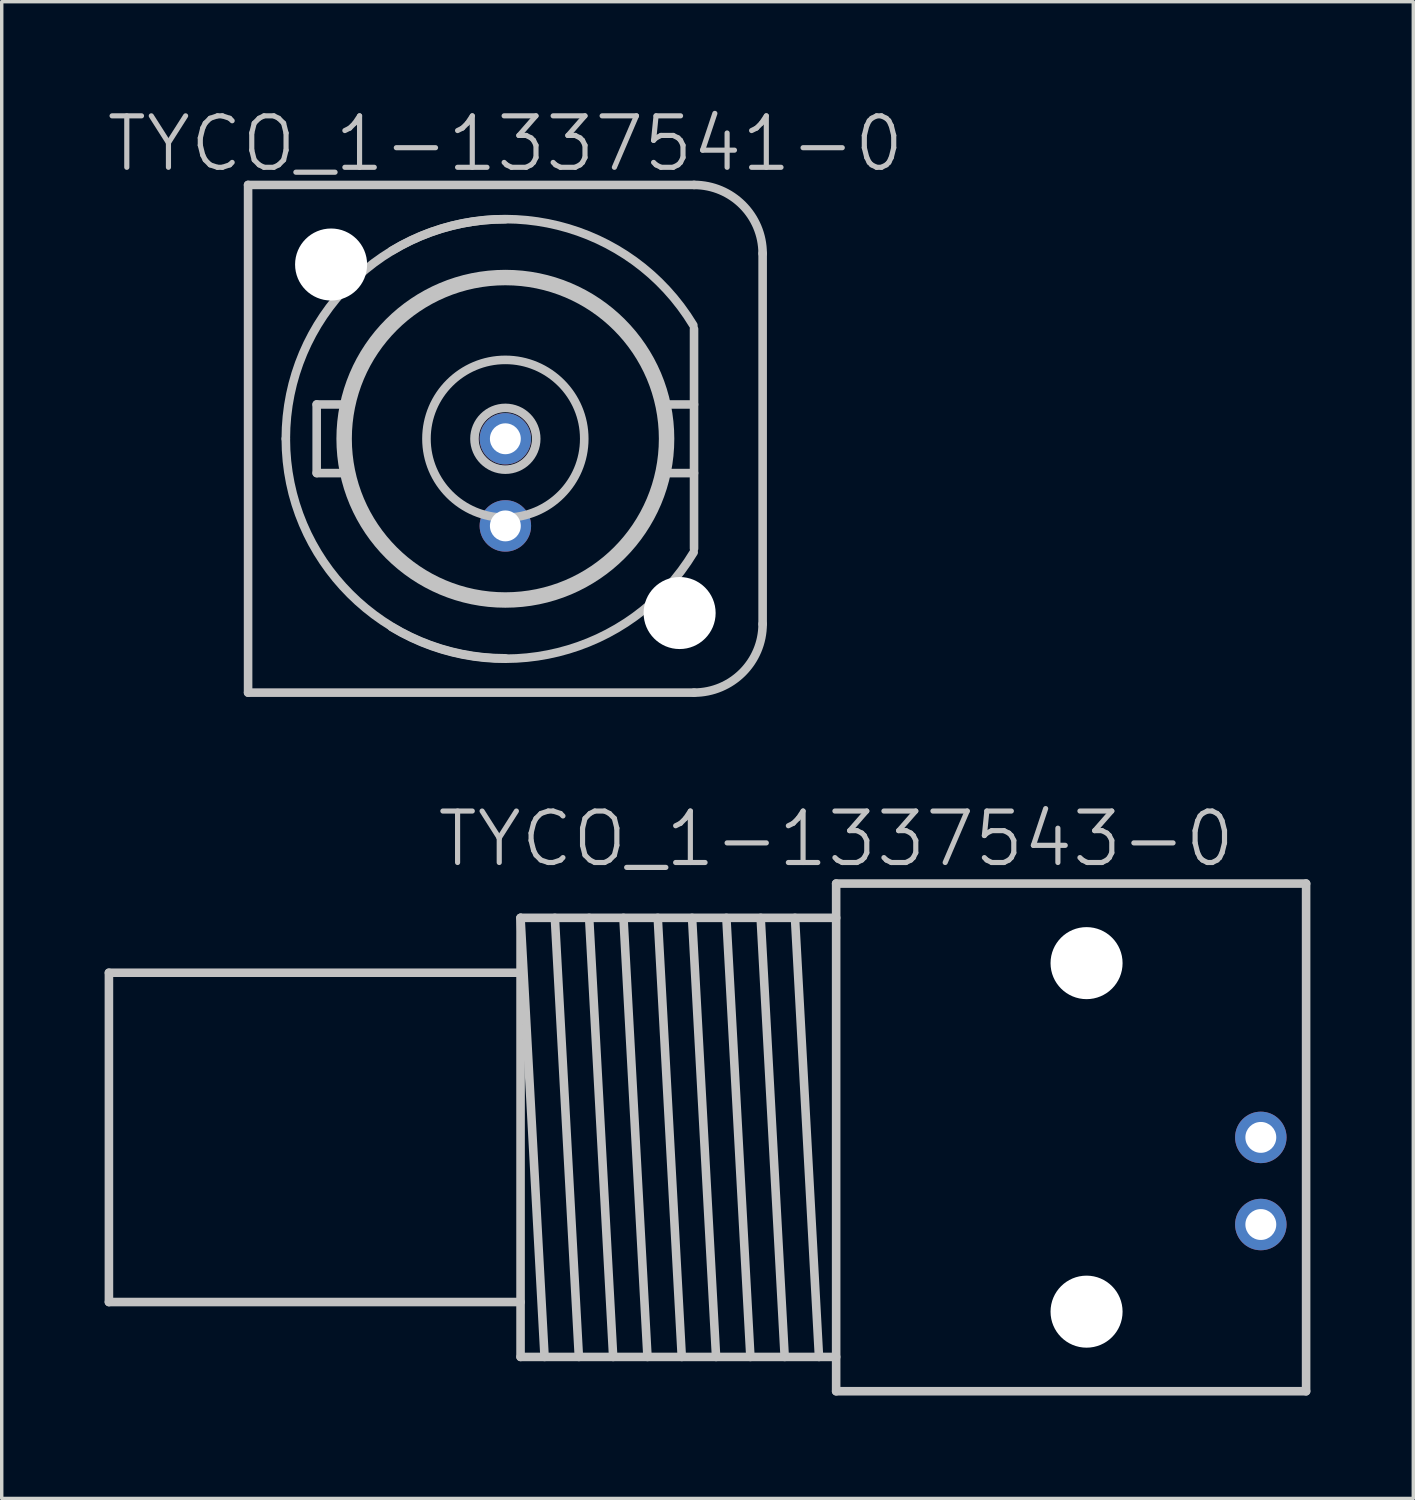
<source format=kicad_pcb>
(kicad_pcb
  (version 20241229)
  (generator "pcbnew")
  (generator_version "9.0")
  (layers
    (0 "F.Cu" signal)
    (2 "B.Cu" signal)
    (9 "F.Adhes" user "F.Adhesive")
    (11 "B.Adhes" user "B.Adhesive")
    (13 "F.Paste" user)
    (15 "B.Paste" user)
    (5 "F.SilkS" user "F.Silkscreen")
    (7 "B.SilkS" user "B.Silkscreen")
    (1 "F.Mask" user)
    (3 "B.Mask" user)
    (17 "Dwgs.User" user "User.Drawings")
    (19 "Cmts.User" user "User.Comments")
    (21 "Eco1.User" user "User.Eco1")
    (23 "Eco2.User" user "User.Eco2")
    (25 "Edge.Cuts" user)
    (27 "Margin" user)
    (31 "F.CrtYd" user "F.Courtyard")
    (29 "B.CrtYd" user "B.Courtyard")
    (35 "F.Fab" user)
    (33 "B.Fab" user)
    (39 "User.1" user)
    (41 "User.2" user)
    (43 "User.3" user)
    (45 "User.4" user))
  (footprint "TYCO_1-1337543-0"
    (layer "F.Cu")
    (at 21.325 30.107)
    (property "Reference" "TYCO_1-1337543-0" (at 0 -8.7 180) (layer "Dwgs.User") (effects (font (size 1.5 1.5) (thickness 0.15))))
    (attr through_hole)
    (fp_line (start -21.2 -4.8) (end -21.2 4.8) (stroke (width 0.25) (type solid)) (layer "Dwgs.User"))
    (fp_line (start -21.2 -4.8) (end -9.2 -4.8) (stroke (width 0.25) (type solid)) (layer "Dwgs.User"))
    (fp_line (start -21.2 4.8) (end -9.2 4.8) (stroke (width 0.25) (type solid)) (layer "Dwgs.User"))
    (fp_line (start -9.2 -6.4) (end -9.2 6.4) (stroke (width 0.25) (type solid)) (layer "Dwgs.User"))
    (fp_line (start -9.2 -6.4) (end -8.5 6.4) (stroke (width 0.25) (type solid)) (layer "Dwgs.User"))
    (fp_line (start -9.2 -6.4) (end 0 -6.4) (stroke (width 0.25) (type solid)) (layer "Dwgs.User"))
    (fp_line (start -9.2 6.4) (end 0 6.4) (stroke (width 0.25) (type solid)) (layer "Dwgs.User"))
    (fp_line (start -8.2 -6.4) (end -7.5 6.4) (stroke (width 0.25) (type solid)) (layer "Dwgs.User"))
    (fp_line (start -7.2 -6.4) (end -6.5 6.4) (stroke (width 0.25) (type solid)) (layer "Dwgs.User"))
    (fp_line (start -6.2 -6.4) (end -5.5 6.4) (stroke (width 0.25) (type solid)) (layer "Dwgs.User"))
    (fp_line (start -5.2 -6.4) (end -4.5 6.4) (stroke (width 0.25) (type solid)) (layer "Dwgs.User"))
    (fp_line (start -4.2 -6.4) (end -3.5 6.4) (stroke (width 0.25) (type solid)) (layer "Dwgs.User"))
    (fp_line (start -3.2 -6.4) (end -2.5 6.4) (stroke (width 0.25) (type solid)) (layer "Dwgs.User"))
    (fp_line (start -2.2 -6.4) (end -1.5 6.4) (stroke (width 0.25) (type solid)) (layer "Dwgs.User"))
    (fp_line (start -1.2 -6.4) (end -0.5 6.4) (stroke (width 0.25) (type solid)) (layer "Dwgs.User"))
    (fp_line (start 0 -7.4) (end 0 7.4) (stroke (width 0.25) (type solid)) (layer "Dwgs.User"))
    (fp_line (start 0 7.4) (end 13.7 7.4) (stroke (width 0.25) (type solid)) (layer "Dwgs.User"))
    (fp_line (start 13.7 -7.4) (end 0 -7.4) (stroke (width 0.25) (type solid)) (layer "Dwgs.User"))
    (fp_line (start 13.7 -7.4) (end 13.7 7.4) (stroke (width 0.25) (type solid)) (layer "Dwgs.User"))
    (pad "" np_thru_hole circle (at 7.3 -5.08 270) (size 2.1 2.1) (drill 2.1) (layers "*.Cu" "*.Mask"))
    (pad "" np_thru_hole circle (at 7.3 5.08 270) (size 2.1 2.1) (drill 2.1) (layers "*.Cu" "*.Mask"))
    (pad "1" thru_hole circle (at 12.38 0 270) (size 1.5 1.5) (drill 0.9) (layers "*.Cu" "*.Mask"))
    (pad "2" thru_hole circle (at 12.38 2.54 270) (size 1.5 1.5) (drill 0.9) (layers "*.Cu" "*.Mask")))
  (footprint "TYCO_1-1337541-0"
    (layer "F.Cu")
    (at 11.682 9.741)
    (property "Reference" "TYCO_1-1337541-0" (at 0 -8.6 180) (layer "Dwgs.User") (effects (font (size 1.5 1.5) (thickness 0.15))))
    (attr through_hole)
    (fp_line (start -7.5 -7.4) (end -7.5 7.4) (stroke (width 0.25) (type solid)) (layer "Dwgs.User"))
    (fp_line (start -7.5 7.4) (end 5.5 7.4) (stroke (width 0.25) (type solid)) (layer "Dwgs.User"))
    (fp_line (start -5.5 -1) (end -5.5 1) (stroke (width 0.25) (type solid)) (layer "Dwgs.User"))
    (fp_line (start -5.5 -1) (end -4.7 -1) (stroke (width 0.25) (type solid)) (layer "Dwgs.User"))
    (fp_line (start -5.5 1) (end -4.7 1) (stroke (width 0.25) (type solid)) (layer "Dwgs.User"))
    (fp_line (start 5.5 -7.4) (end -7.5 -7.4) (stroke (width 0.25) (type solid)) (layer "Dwgs.User"))
    (fp_line (start 5.5 -3.2) (end 5.5 3.2) (stroke (width 0.25) (type solid)) (layer "Dwgs.User"))
    (fp_line (start 5.5 -1) (end 4.7 -1) (stroke (width 0.25) (type solid)) (layer "Dwgs.User"))
    (fp_line (start 5.5 1) (end 4.7 1) (stroke (width 0.25) (type solid)) (layer "Dwgs.User"))
    (fp_line (start 7.5 5.4) (end 7.5 -5.4) (stroke (width 0.25) (type solid)) (layer "Dwgs.User"))
    (fp_arc (start -6.4 0) (mid -4.525483 -4.525483) (end 0 -6.4) (stroke (width 0.25) (type solid)) (layer "Dwgs.User"))
    (fp_arc (start -3.31 -5.48) (mid 1.534422 -6.215469) (end 5.48 -3.31) (stroke (width 0.25) (type solid)) (layer "Dwgs.User"))
    (fp_arc (start 0 6.4) (mid -4.525483 4.525483) (end -6.4 0) (stroke (width 0.25) (type solid)) (layer "Dwgs.User"))
    (fp_arc (start 5.49 3.31) (mid 1.541493 6.22254) (end -3.31 5.49) (stroke (width 0.25) (type solid)) (layer "Dwgs.User"))
    (fp_arc (start 5.5 -7.4) (mid 6.914214 -6.814214) (end 7.5 -5.4) (stroke (width 0.25) (type solid)) (layer "Dwgs.User"))
    (fp_arc (start 7.5 5.4) (mid 6.914214 6.814214) (end 5.5 7.4) (stroke (width 0.25) (type solid)) (layer "Dwgs.User"))
    (fp_circle (center 0 0) (end 0 -4.8) (stroke (width 0.25) (type solid)) (fill no) (layer "Dwgs.User"))
    (fp_circle (center 0 0) (end 0 -4.6) (stroke (width 0.25) (type solid)) (fill no) (layer "Dwgs.User"))
    (fp_circle (center 0 0) (end 0 -2.3) (stroke (width 0.25) (type solid)) (fill no) (layer "Dwgs.User"))
    (fp_circle (center 0 0) (end 0 -0.9) (stroke (width 0.25) (type solid)) (fill no) (layer "Dwgs.User"))
    (pad "" np_thru_hole circle (at -5.08 -5.08 270) (size 2.1 2.1) (drill 2.1) (layers "*.Cu" "*.Mask"))
    (pad "" np_thru_hole circle (at 5.08 5.08 270) (size 2.1 2.1) (drill 2.1) (layers "*.Cu" "*.Mask"))
    (pad "1" thru_hole circle (at 0 0 270) (size 1.5 1.5) (drill 0.9) (layers "*.Cu" "*.Mask"))
    (pad "2" thru_hole circle (at 0 2.54 270) (size 1.5 1.5) (drill 0.9) (layers "*.Cu" "*.Mask")))
  (gr_rect
    (start -3 -3)
    (end 38.15 40.632)
    (stroke (width 0.1) (type default))
    (fill no)
    (layer "Edge.Cuts")))
</source>
